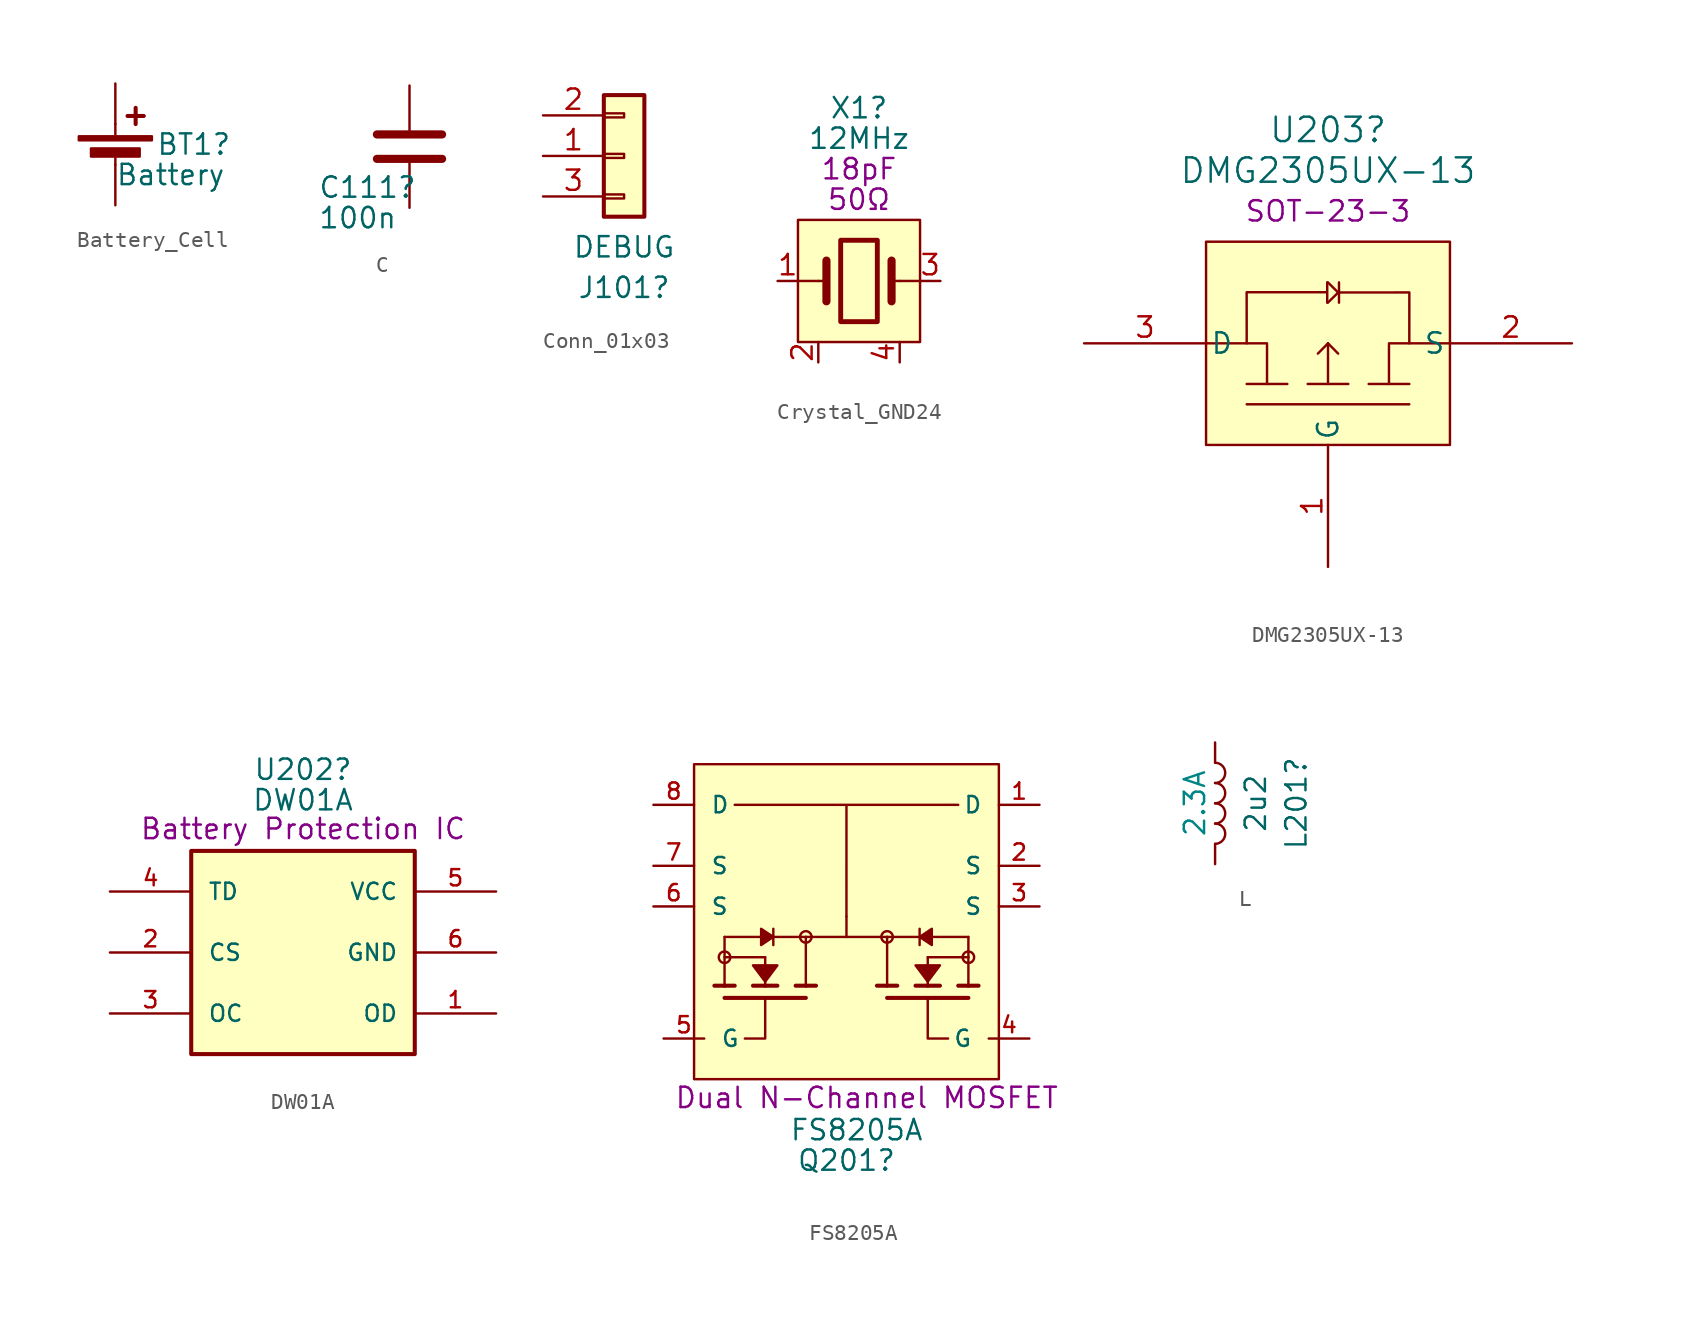
<source format=kicad_sym>
(kicad_symbol_lib
  (version 20220914)
  (generator kicad_symbol_editor)
  (symbol "Battery_Cell"
    (pin_numbers hide)
    (pin_names
      (offset 0) hide)
    (property "Reference" "BT1"
      (at 2.54 1.27 0)
      (effects (font (size 1.27 1.27)) (justify left)))
    (property "Value" "Battery"
      (at 0 -0.635 0)
      (effects (font (size 1.27 1.27)) (justify left)))
    (symbol "Battery_Cell_0_1"
      (rectangle (start -2.286 1.778) (end 2.286 1.524) (stroke (width 0) (type default)) (fill (type outline)))
      (rectangle (start -1.524 1.016) (end 1.524 0.508) (stroke (width 0) (type default)) (fill (type outline)))
      (polyline (pts (xy 0 0.762) (xy 0 0)) (stroke (width 0) (type default)) (fill (type none)))
      (polyline (pts (xy 0 1.778) (xy 0 2.54)) (stroke (width 0) (type default)) (fill (type none)))
      (polyline (pts (xy 0.762 3.048) (xy 1.778 3.048)) (stroke (width 0.254) (type default)) (fill (type none)))
      (polyline (pts (xy 1.27 3.556) (xy 1.27 2.54)) (stroke (width 0.254) (type default)) (fill (type none))))
    (symbol "Battery_Cell_1_1"
      (pin passive line (at 0 5.08 270) (length 2.54) (name "+" (effects (font (size 1.27 1.27)))) (number "1" (effects (font (size 1.27 1.27)))))
      (pin passive line (at 0 -2.54 90) (length 2.54) (name "-" (effects (font (size 1.27 1.27)))) (number "2" (effects (font (size 1.27 1.27)))))))
  (symbol "C"
    (pin_numbers hide)
    (pin_names
      (offset 0.254))
    (property "Reference" "C111"
      (at -5.715 -2.54 0)
      (effects (font (size 1.27 1.27)) (justify left)))
    (property "Value" "100n"
      (at -5.715 -4.445 0)
      (effects (font (size 1.27 1.27)) (justify left)))
    (symbol "C_0_1"
      (polyline (pts (xy -2.032 -0.762) (xy 2.032 -0.762)) (stroke (width 0.508) (type default)) (fill (type none)))
      (polyline (pts (xy -2.032 0.762) (xy 2.032 0.762)) (stroke (width 0.508) (type default)) (fill (type none))))
    (symbol "C_1_1"
      (pin passive line (at 0 3.81 270) (length 2.794) (name "~" (effects (font (size 1.27 1.27)))) (number "1" (effects (font (size 1.27 1.27)))))
      (pin passive line (at 0 -3.81 90) (length 2.794) (name "~" (effects (font (size 1.27 1.27)))) (number "2" (effects (font (size 1.27 1.27)))))))
  (symbol "Conn_01x03"
    (pin_names
      (offset 1.016) hide)
    (property "Reference" "J101"
      (at 0 -8.255 0)
      (effects (font (size 1.27 1.27))))
    (property "Value" "DEBUG"
      (at 0 -5.715 0)
      (effects (font (size 1.27 1.27))))
    (symbol "Conn_01x03_1_1"
      (rectangle (start -1.27 -2.413) (end 0 -2.667) (stroke (width 0.152) (type default)) (fill (type none)))
      (rectangle (start -1.27 0.127) (end 0 -0.127) (stroke (width 0.152) (type default)) (fill (type none)))
      (rectangle (start -1.27 2.667) (end 0 2.413) (stroke (width 0.152) (type default)) (fill (type none)))
      (rectangle (start -1.27 3.81) (end 1.27 -3.81) (stroke (width 0.254) (type default)) (fill (type background)))
      (pin passive line (at -5.08 0 0) (length 3.81) (name "Pin_1" (effects (font (size 1.27 1.27)))) (number "1" (effects (font (size 1.27 1.27)))))
      (pin passive line (at -5.08 2.54 0) (length 3.81) (name "Pin_2" (effects (font (size 1.27 1.27)))) (number "2" (effects (font (size 1.27 1.27)))))
      (pin passive line (at -5.08 -2.54 0) (length 3.81) (name "Pin_3" (effects (font (size 1.27 1.27)))) (number "3" (effects (font (size 1.27 1.27)))))))
  (symbol "Crystal_GND24"
    (pin_names
      (offset 1.016) hide)
    (property "Reference" "X1"
      (at 0 10.795 0)
      (effects (font (size 1.27 1.27))))
    (property "Value" "12MHz"
      (at 0 8.89 0)
      (effects (font (size 1.27 1.27))))
    (property "Load Capacitance" "18pF"
      (at 0 6.985 0)
      (effects (font (size 1.27 1.27))))
    (property "Max ESR" "50Ω"
      (at 0 5.08 0)
      (effects (font (size 1.27 1.27))))
    (symbol "Crystal_GND24_0_1"
      (rectangle (start -1.143 2.54) (end 1.143 -2.54) (stroke (width 0.305) (type default)) (fill (type none)))
      (polyline (pts (xy -2.54 0) (xy -3.81 0)) (stroke (width 0) (type default)) (fill (type none)))
      (polyline (pts (xy -2.54 0) (xy -2.032 0)) (stroke (width 0) (type default)) (fill (type none)))
      (polyline (pts (xy -2.032 -1.27) (xy -2.032 1.27)) (stroke (width 0.508) (type default)) (fill (type none)))
      (polyline (pts (xy 2.032 -1.27) (xy 2.032 1.27)) (stroke (width 0.508) (type default)) (fill (type none)))
      (polyline (pts (xy 2.032 0) (xy 2.54 0)) (stroke (width 0) (type default)) (fill (type none)))
      (polyline (pts (xy 2.54 0) (xy 3.81 0)) (stroke (width 0) (type default)) (fill (type none))))
    (symbol "Crystal_GND24_1_1"
      (rectangle (start -3.81 3.81) (end 3.81 -3.81) (stroke (width 0) (type default)) (fill (type background)))
      (pin passive line (at -5.08 0 0) (length 1.27) (name "1" (effects (font (size 1.27 1.27)))) (number "1" (effects (font (size 1.27 1.27)))))
      (pin passive line (at -2.54 -5.08 90) (length 1.27) (name "2" (effects (font (size 1.27 1.27)))) (number "2" (effects (font (size 1.27 1.27)))))
      (pin passive line (at 5.08 0 180) (length 1.27) (name "3" (effects (font (size 1.27 1.27)))) (number "3" (effects (font (size 1.27 1.27)))))
      (pin passive line (at 2.54 -5.08 90) (length 1.27) (name "4" (effects (font (size 1.27 1.27)))) (number "4" (effects (font (size 1.27 1.27)))))))
  (symbol "DMG2305UX-13"
    (pin_names
      (offset 0.254))
    (property "Reference" "U203"
      (at 22.86 12.065 0)
      (effects (font (size 1.524 1.524))))
    (property "Value" "DMG2305UX-13"
      (at 22.86 9.525 0)
      (effects (font (size 1.524 1.524))))
    (property "Package" "SOT-23-3"
      (at 22.86 6.985 0)
      (effects (font (size 1.27 1.27))))
    (property "ki_locked" ""
      (at 0 0 0)
      (effects (font (size 1.27 1.27))))
    (symbol "DMG2305UX-13_0_1"
      (polyline (pts (xy 17.78 -5.08) (xy 27.94 -5.08)) (stroke (width 0) (type default)) (fill (type none)))
      (polyline (pts (xy 17.78 -3.81) (xy 20.32 -3.81)) (stroke (width 0) (type default)) (fill (type none)))
      (polyline (pts (xy 21.59 -3.81) (xy 24.13 -3.81)) (stroke (width 0) (type default)) (fill (type none)))
      (polyline (pts (xy 22.811 2.54) (xy 22.811 1.27)) (stroke (width 0) (type default)) (fill (type none)))
      (polyline (pts (xy 22.86 -3.81) (xy 22.86 -1.27)) (stroke (width 0) (type default)) (fill (type none)))
      (polyline (pts (xy 23.547 1.268) (xy 23.547 2.538)) (stroke (width 0) (type default)) (fill (type none)))
      (polyline (pts (xy 25.4 -3.81) (xy 27.94 -3.81)) (stroke (width 0) (type default)) (fill (type none)))
      (polyline (pts (xy 17.78 -1.27) (xy 17.777 1.923) (xy 22.782 1.923)) (stroke (width 0) (type default)) (fill (type none)))
      (polyline (pts (xy 19.05 -3.81) (xy 19.05 -1.27) (xy 15.24 -1.27)) (stroke (width 0) (type default)) (fill (type none)))
      (polyline (pts (xy 22.86 -1.27) (xy 22.227 -1.912) (xy 22.86 -1.27)) (stroke (width 0) (type default)) (fill (type none)))
      (polyline (pts (xy 22.86 -1.27) (xy 23.493 -1.912) (xy 22.86 -1.27)) (stroke (width 0) (type default)) (fill (type none)))
      (polyline (pts (xy 23.495 1.905) (xy 22.853 1.272) (xy 23.495 1.905)) (stroke (width 0) (type default)) (fill (type none)))
      (polyline (pts (xy 23.495 1.905) (xy 22.853 2.538) (xy 23.495 1.905)) (stroke (width 0) (type default)) (fill (type none)))
      (polyline (pts (xy 26.67 -3.81) (xy 26.67 -1.27) (xy 30.48 -1.27)) (stroke (width 0) (type default)) (fill (type none)))
      (polyline (pts (xy 27.94 -1.27) (xy 27.943 1.909) (xy 23.591 1.907) (xy 23.595 1.907)) (stroke (width 0) (type default)) (fill (type none)))
      (pin unspecified line (at 22.86 -15.24 90) (length 7.62) (name "G" (effects (font (size 1.27 1.27)))) (number "1" (effects (font (size 1.27 1.27)))))
      (pin unspecified line (at 38.1 -1.27 180) (length 7.62) (name "S" (effects (font (size 1.27 1.27)))) (number "2" (effects (font (size 1.27 1.27)))))
      (pin unspecified line (at 7.62 -1.27 0) (length 7.62) (name "D" (effects (font (size 1.27 1.27)))) (number "3" (effects (font (size 1.27 1.27))))))
    (symbol "DMG2305UX-13_1_1"
      (rectangle (start 15.24 5.08) (end 30.48 -7.62) (stroke (width 0) (type default)) (fill (type background)))))
  (symbol "DW01A"
    (pin_names
      (offset 1.016))
    (property "Reference" "U202"
      (at -0.635 15.24 0)
      (effects (font (size 1.27 1.27))))
    (property "Value" "DW01A"
      (at -0.635 13.335 0)
      (effects (font (size 1.27 1.27))))
    (property "Description" "Battery Protection IC"
      (at -0.635 10.795 0)
      (effects (font (size 1.27 1.27)) (justify bottom)))
    (symbol "DW01A_0_0"
      (rectangle (start -7.62 10.16) (end 6.35 -2.54) (stroke (width 0.254) (type default)) (fill (type background)))
      (pin bidirectional line (at 11.43 0 180) (length 5.08) (name "OD" (effects (font (size 1.016 1.016)))) (number "1" (effects (font (size 1.016 1.016)))))
      (pin bidirectional line (at -12.7 3.81 0) (length 5.08) (name "CS" (effects (font (size 1.016 1.016)))) (number "2" (effects (font (size 1.016 1.016)))))
      (pin bidirectional line (at -12.7 0 0) (length 5.08) (name "OC" (effects (font (size 1.016 1.016)))) (number "3" (effects (font (size 1.016 1.016)))))
      (pin bidirectional line (at -12.7 7.62 0) (length 5.08) (name "TD" (effects (font (size 1.016 1.016)))) (number "4" (effects (font (size 1.016 1.016)))))
      (pin power_in line (at 11.43 7.62 180) (length 5.08) (name "VCC" (effects (font (size 1.016 1.016)))) (number "5" (effects (font (size 1.016 1.016)))))
      (pin power_in line (at 11.43 3.81 180) (length 5.08) (name "GND" (effects (font (size 1.016 1.016)))) (number "6" (effects (font (size 1.016 1.016)))))))
  (symbol "FS8205A"
    (pin_names
      (offset 1.016))
    (property "Reference" "Q201"
      (at 0.635 -13.335 0)
      (effects (font (size 1.27 1.27))))
    (property "Value" "FS8205A"
      (at 1.27 -11.43 0)
      (effects (font (size 1.27 1.27))))
    (property "Description" "Dual N-Channel MOSFET"
      (at 1.905 -10.16 0)
      (effects (font (size 1.27 1.27)) (justify bottom)))
    (symbol "FS8205A_0_0"
      (circle (center -6.985 -0.635) (radius 0.359) (stroke (width 0) (type default)) (fill (type none)))
      (circle (center -1.905 0.635) (radius 0.359) (stroke (width 0) (type default)) (fill (type none)))
      (polyline (pts (xy -7.62 -2.413) (xy -6.985 -2.413)) (stroke (width 0.254) (type default)) (fill (type none)))
      (polyline (pts (xy -6.985 -3.175) (xy -1.905 -3.175)) (stroke (width 0.254) (type default)) (fill (type none)))
      (polyline (pts (xy -6.985 -2.413) (xy -6.985 0.635)) (stroke (width 0.152) (type default)) (fill (type none)))
      (polyline (pts (xy -6.985 -2.413) (xy -6.35 -2.413)) (stroke (width 0.254) (type default)) (fill (type none)))
      (polyline (pts (xy -6.985 -0.635) (xy -4.445 -0.635)) (stroke (width 0.152) (type default)) (fill (type none)))
      (polyline (pts (xy -5.207 -2.413) (xy -4.445 -2.413)) (stroke (width 0.254) (type default)) (fill (type none)))
      (polyline (pts (xy -4.445 -2.413) (xy -4.445 -0.635)) (stroke (width 0.152) (type default)) (fill (type none)))
      (polyline (pts (xy -4.445 -2.413) (xy -3.683 -2.413)) (stroke (width 0.254) (type default)) (fill (type none)))
      (polyline (pts (xy -3.937 0.127) (xy -3.937 0.635)) (stroke (width 0.152) (type default)) (fill (type none)))
      (polyline (pts (xy -3.937 0.635) (xy -6.985 0.635)) (stroke (width 0.152) (type default)) (fill (type none)))
      (polyline (pts (xy -3.937 0.635) (xy -3.937 1.143)) (stroke (width 0.152) (type default)) (fill (type none)))
      (polyline (pts (xy -2.54 -2.413) (xy -1.905 -2.413)) (stroke (width 0.254) (type default)) (fill (type none)))
      (polyline (pts (xy -1.905 -2.413) (xy -1.27 -2.413)) (stroke (width 0.254) (type default)) (fill (type none)))
      (polyline (pts (xy -1.905 0.635) (xy -3.937 0.635)) (stroke (width 0.152) (type default)) (fill (type none)))
      (polyline (pts (xy -1.905 0.635) (xy -1.905 -2.413)) (stroke (width 0.152) (type default)) (fill (type none)))
      (polyline (pts (xy 0.635 0.635) (xy -1.905 0.635)) (stroke (width 0.152) (type default)) (fill (type none)))
      (polyline (pts (xy 0.635 0.635) (xy 0.635 1.905)) (stroke (width 0.152) (type default)) (fill (type none)))
      (polyline (pts (xy 2.54 -2.413) (xy 3.175 -2.413)) (stroke (width 0.254) (type default)) (fill (type none)))
      (polyline (pts (xy 3.175 -3.175) (xy 8.255 -3.175)) (stroke (width 0.254) (type default)) (fill (type none)))
      (polyline (pts (xy 3.175 -2.413) (xy 3.175 0.635)) (stroke (width 0.152) (type default)) (fill (type none)))
      (polyline (pts (xy 3.175 -2.413) (xy 3.81 -2.413)) (stroke (width 0.254) (type default)) (fill (type none)))
      (polyline (pts (xy 3.175 0.635) (xy 0.635 0.635)) (stroke (width 0.152) (type default)) (fill (type none)))
      (polyline (pts (xy 3.175 0.635) (xy 5.207 0.635)) (stroke (width 0.152) (type default)) (fill (type none)))
      (polyline (pts (xy 4.953 -2.413) (xy 5.715 -2.413)) (stroke (width 0.254) (type default)) (fill (type none)))
      (polyline (pts (xy 5.207 0.635) (xy 5.207 0.127)) (stroke (width 0.152) (type default)) (fill (type none)))
      (polyline (pts (xy 5.207 0.635) (xy 8.255 0.635)) (stroke (width 0.152) (type default)) (fill (type none)))
      (polyline (pts (xy 5.207 1.143) (xy 5.207 0.635)) (stroke (width 0.152) (type default)) (fill (type none)))
      (polyline (pts (xy 5.715 -2.413) (xy 5.715 -0.635)) (stroke (width 0.152) (type default)) (fill (type none)))
      (polyline (pts (xy 5.715 -2.413) (xy 6.477 -2.413)) (stroke (width 0.254) (type default)) (fill (type none)))
      (polyline (pts (xy 5.715 -0.635) (xy 8.255 -0.635)) (stroke (width 0.152) (type default)) (fill (type none)))
      (polyline (pts (xy 7.62 -2.413) (xy 8.255 -2.413)) (stroke (width 0.254) (type default)) (fill (type none)))
      (polyline (pts (xy 8.255 -2.413) (xy 8.89 -2.413)) (stroke (width 0.254) (type default)) (fill (type none)))
      (polyline (pts (xy 8.255 -0.635) (xy 8.255 -2.413)) (stroke (width 0.152) (type default)) (fill (type none)))
      (polyline (pts (xy 8.255 -0.635) (xy 8.255 0.635)) (stroke (width 0.152) (type default)) (fill (type none)))
      (polyline (pts (xy -4.445 -2.159) (xy -5.207 -1.143) (xy -3.683 -1.143) (xy -4.445 -2.159)) (stroke (width 0.152) (type default)) (fill (type outline)))
      (polyline (pts (xy -3.937 0.635) (xy -4.699 1.143) (xy -4.699 0.127) (xy -3.937 0.635)) (stroke (width 0.152) (type default)) (fill (type outline)))
      (polyline (pts (xy 5.207 0.635) (xy 5.969 0.127) (xy 5.969 1.143) (xy 5.207 0.635)) (stroke (width 0.152) (type default)) (fill (type outline)))
      (polyline (pts (xy 5.715 -2.159) (xy 4.953 -1.143) (xy 6.477 -1.143) (xy 5.715 -2.159)) (stroke (width 0.152) (type default)) (fill (type outline)))
      (circle (center 3.175 0.635) (radius 0.359) (stroke (width 0) (type default)) (fill (type none)))
      (circle (center 8.255 -0.635) (radius 0.359) (stroke (width 0) (type default)) (fill (type none))))
    (symbol "FS8205A_0_1"
      (polyline (pts (xy -6.35 8.89) (xy 7.62 8.89)) (stroke (width 0) (type default)) (fill (type none)))
      (polyline (pts (xy -4.445 -3.175) (xy -4.445 -5.715) (xy -5.715 -5.715)) (stroke (width 0) (type default)) (fill (type none)))
      (polyline (pts (xy 0.635 8.854) (xy 0.634 1.92) (xy 0.631 1.929)) (stroke (width 0) (type default)) (fill (type none)))
      (polyline (pts (xy 5.715 -3.175) (xy 5.715 -5.715) (xy 6.985 -5.715)) (stroke (width 0) (type default)) (fill (type none))))
    (symbol "FS8205A_1_0"
      (pin passive line (at 12.7 8.89 180) (length 2.54) (name "D" (effects (font (size 1.016 1.016)))) (number "1" (effects (font (size 1.016 1.016)))))
      (pin passive line (at 12.7 5.08 180) (length 2.54) (name "S" (effects (font (size 1.016 1.016)))) (number "2" (effects (font (size 1.016 1.016)))))
      (pin passive line (at 12.7 2.54 180) (length 2.54) (name "S" (effects (font (size 1.016 1.016)))) (number "3" (effects (font (size 1.016 1.016)))))
      (pin passive line (at 12.065 -5.715 180) (length 2.54) (name "G" (effects (font (size 1.016 1.016)))) (number "4" (effects (font (size 1.016 1.016)))))
      (pin passive line (at -10.795 -5.715 0) (length 2.54) (name "G" (effects (font (size 1.016 1.016)))) (number "5" (effects (font (size 1.016 1.016)))))
      (pin passive line (at -11.43 2.54 0) (length 2.54) (name "S" (effects (font (size 1.016 1.016)))) (number "6" (effects (font (size 1.016 1.016)))))
      (pin passive line (at -11.43 5.08 0) (length 2.54) (name "S" (effects (font (size 1.016 1.016)))) (number "7" (effects (font (size 1.016 1.016)))))
      (pin passive line (at -11.43 8.89 0) (length 2.54) (name "D" (effects (font (size 1.016 1.016)))) (number "8" (effects (font (size 1.016 1.016))))))
    (symbol "FS8205A_1_1"
      (rectangle (start -8.89 11.43) (end 10.16 -8.255) (stroke (width 0) (type default)) (fill (type background)))))
  (symbol "L"
    (pin_numbers hide)
    (pin_names
      (offset 1.016) hide)
    (property "Reference" "L201"
      (at 5.08 0 90)
      (effects (font (size 1.27 1.27))))
    (property "Value" "2u2"
      (at 2.54 0 90)
      (effects (font (size 1.27 1.27))))
    (property "Max Current" "2.3A"
      (at -1.27 0 90)
      (effects (font (size 1.27 1.27) (color 0 132 132 1))))
    (symbol "L_0_1"
      (arc (start 0 -2.54) (mid 0.6323 -1.905) (end 0 -1.27) (stroke (width 0) (type default)) (fill (type none)))
      (arc (start 0 -1.27) (mid 0.6323 -0.635) (end 0 0) (stroke (width 0) (type default)) (fill (type none)))
      (arc (start 0 0) (mid 0.6323 0.635) (end 0 1.27) (stroke (width 0) (type default)) (fill (type none)))
      (arc (start 0 1.27) (mid 0.6323 1.905) (end 0 2.54) (stroke (width 0) (type default)) (fill (type none))))
    (symbol "L_1_1"
      (pin passive line (at 0 3.81 270) (length 1.27) (name "1" (effects (font (size 1.27 1.27)))) (number "1" (effects (font (size 1.27 1.27)))))
      (pin passive line (at 0 -3.81 90) (length 1.27) (name "2" (effects (font (size 1.27 1.27)))) (number "2" (effects (font (size 1.27 1.27))))))))
</source>
